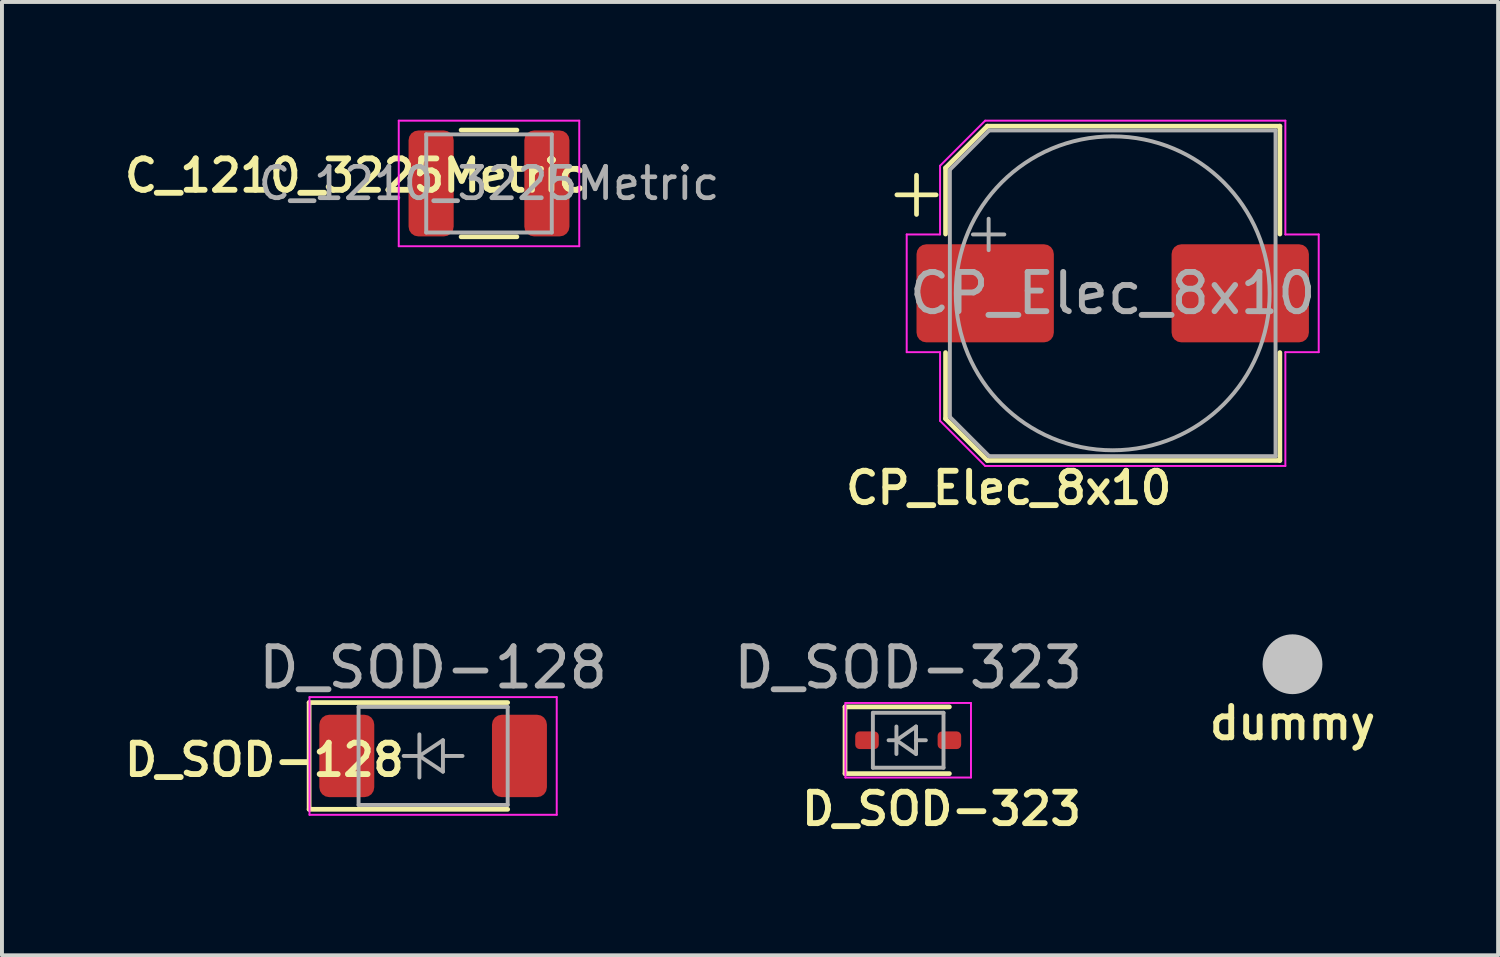
<source format=kicad_pcb>
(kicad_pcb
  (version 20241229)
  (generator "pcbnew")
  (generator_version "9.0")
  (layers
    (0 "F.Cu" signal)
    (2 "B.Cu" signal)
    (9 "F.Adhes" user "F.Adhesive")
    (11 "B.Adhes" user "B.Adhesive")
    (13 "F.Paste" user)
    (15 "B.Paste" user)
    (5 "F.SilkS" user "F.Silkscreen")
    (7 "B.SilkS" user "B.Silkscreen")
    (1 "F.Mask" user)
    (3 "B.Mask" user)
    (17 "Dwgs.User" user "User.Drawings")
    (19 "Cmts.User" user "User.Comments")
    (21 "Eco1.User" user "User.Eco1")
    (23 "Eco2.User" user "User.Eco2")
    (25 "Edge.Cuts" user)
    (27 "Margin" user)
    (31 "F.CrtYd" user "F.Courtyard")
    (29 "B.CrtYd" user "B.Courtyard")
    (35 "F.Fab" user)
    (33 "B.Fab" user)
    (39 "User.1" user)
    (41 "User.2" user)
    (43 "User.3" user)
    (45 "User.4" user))
  (footprint "D_SOD-323"
    (layer "F.Cu")
    (at 20.095 15.815)
    (property "Reference" "D_SOD-323" (at 0.85 1.75 180) (layer "F.SilkS") (effects (font (size 0.8 0.8) (thickness 0.15))))
    (attr smd)
    (fp_line (start -1.61 -0.85) (end -1.61 0.85) (stroke (width 0.12) (type solid)) (layer "F.SilkS"))
    (fp_line (start -1.61 -0.85) (end 1.05 -0.85) (stroke (width 0.12) (type solid)) (layer "F.SilkS"))
    (fp_line (start -1.61 0.85) (end 1.05 0.85) (stroke (width 0.12) (type solid)) (layer "F.SilkS"))
    (fp_line (start -1.6 -0.95) (end -1.6 0.95) (stroke (width 0.05) (type solid)) (layer "F.CrtYd"))
    (fp_line (start -1.6 -0.95) (end 1.6 -0.95) (stroke (width 0.05) (type solid)) (layer "F.CrtYd"))
    (fp_line (start -1.6 0.95) (end 1.6 0.95) (stroke (width 0.05) (type solid)) (layer "F.CrtYd"))
    (fp_line (start 1.6 -0.95) (end 1.6 0.95) (stroke (width 0.05) (type solid)) (layer "F.CrtYd"))
    (fp_line (start -0.9 -0.7) (end 0.9 -0.7) (stroke (width 0.1) (type solid)) (layer "F.Fab"))
    (fp_line (start -0.9 0.7) (end -0.9 -0.7) (stroke (width 0.1) (type solid)) (layer "F.Fab"))
    (fp_line (start -0.3 -0.35) (end -0.3 0.35) (stroke (width 0.1) (type solid)) (layer "F.Fab"))
    (fp_line (start -0.3 0) (end -0.5 0) (stroke (width 0.1) (type solid)) (layer "F.Fab"))
    (fp_line (start -0.3 0) (end 0.2 -0.35) (stroke (width 0.1) (type solid)) (layer "F.Fab"))
    (fp_line (start 0.2 -0.35) (end 0.2 0.35) (stroke (width 0.1) (type solid)) (layer "F.Fab"))
    (fp_line (start 0.2 0) (end 0.45 0) (stroke (width 0.1) (type solid)) (layer "F.Fab"))
    (fp_line (start 0.2 0.35) (end -0.3 0) (stroke (width 0.1) (type solid)) (layer "F.Fab"))
    (fp_line (start 0.9 -0.7) (end 0.9 0.7) (stroke (width 0.1) (type solid)) (layer "F.Fab"))
    (fp_line (start 0.9 0.7) (end -0.9 0.7) (stroke (width 0.1) (type solid)) (layer "F.Fab"))
    (fp_text user "${REFERENCE}" (at 0 -1.85 180) (layer "F.Fab") (effects (font (size 1 1) (thickness 0.15))))
    (pad "1" smd roundrect (at -1.05 0) (size 0.6 0.45) (layers "F.Cu" "F.Mask" "F.Paste") (roundrect_rratio 0.25))
    (pad "2" smd roundrect (at 1.05 0) (size 0.6 0.45) (layers "F.Cu" "F.Mask" "F.Paste") (roundrect_rratio 0.25)))
  (footprint "D_SOD-128"
    (layer "F.Cu")
    (at 7.988 16.215)
    (property "Reference" "D_SOD-128" (at -4.3 0.1 180) (layer "F.SilkS") (effects (font (size 0.8 0.8) (thickness 0.15))))
    (attr smd)
    (fp_line (start -3.16 -1.36) (end -3.16 1.36) (stroke (width 0.12) (type solid)) (layer "F.SilkS"))
    (fp_line (start -3.16 -1.36) (end 1.9 -1.36) (stroke (width 0.12) (type solid)) (layer "F.SilkS"))
    (fp_line (start -3.16 1.36) (end 1.9 1.36) (stroke (width 0.12) (type solid)) (layer "F.SilkS"))
    (fp_line (start -3.15 -1.5) (end -3.15 1.5) (stroke (width 0.05) (type solid)) (layer "F.CrtYd"))
    (fp_line (start -3.15 -1.5) (end 3.15 -1.5) (stroke (width 0.05) (type solid)) (layer "F.CrtYd"))
    (fp_line (start 3.15 -1.5) (end 3.15 1.5) (stroke (width 0.05) (type solid)) (layer "F.CrtYd"))
    (fp_line (start 3.15 1.5) (end -3.15 1.5) (stroke (width 0.05) (type solid)) (layer "F.CrtYd"))
    (fp_line (start -1.9 -1.25) (end 1.9 -1.25) (stroke (width 0.1) (type solid)) (layer "F.Fab"))
    (fp_line (start -1.9 1.25) (end -1.9 -1.25) (stroke (width 0.1) (type solid)) (layer "F.Fab"))
    (fp_line (start -0.75 0) (end -0.35 0) (stroke (width 0.1) (type solid)) (layer "F.Fab"))
    (fp_line (start -0.35 0) (end -0.35 -0.55) (stroke (width 0.1) (type solid)) (layer "F.Fab"))
    (fp_line (start -0.35 0) (end -0.35 0.55) (stroke (width 0.1) (type solid)) (layer "F.Fab"))
    (fp_line (start -0.35 0) (end 0.25 -0.4) (stroke (width 0.1) (type solid)) (layer "F.Fab"))
    (fp_line (start 0.25 -0.4) (end 0.25 0.4) (stroke (width 0.1) (type solid)) (layer "F.Fab"))
    (fp_line (start 0.25 0) (end 0.75 0) (stroke (width 0.1) (type solid)) (layer "F.Fab"))
    (fp_line (start 0.25 0.4) (end -0.35 0) (stroke (width 0.1) (type solid)) (layer "F.Fab"))
    (fp_line (start 1.9 -1.25) (end 1.9 1.25) (stroke (width 0.1) (type solid)) (layer "F.Fab"))
    (fp_line (start 1.9 1.25) (end -1.9 1.25) (stroke (width 0.1) (type solid)) (layer "F.Fab"))
    (fp_text user "${REFERENCE}" (at 0 -2.25 180) (layer "F.Fab") (effects (font (size 1 1) (thickness 0.15))))
    (pad "1" smd roundrect (at -2.2 0) (size 1.4 2.1) (layers "F.Cu" "F.Mask" "F.Paste") (roundrect_rratio 0.179))
    (pad "2" smd roundrect (at 2.2 0) (size 1.4 2.1) (layers "F.Cu" "F.Mask" "F.Paste") (roundrect_rratio 0.179)))
  (footprint "CP_Elec_8x10"
    (layer "F.Cu")
    (at 25.307 4.425)
    (property "Reference" "CP_Elec_8x10" (at -2.65 4.96 180) (layer "F.SilkS") (effects (font (size 0.8 0.8) (thickness 0.15))))
    (attr smd)
    (fp_line (start -5.5 -2.51) (end -4.5 -2.51) (stroke (width 0.12) (type solid)) (layer "F.SilkS"))
    (fp_line (start -5 -3.01) (end -5 -2.01) (stroke (width 0.12) (type solid)) (layer "F.SilkS"))
    (fp_line (start -4.26 -3.196) (end -4.26 -1.51) (stroke (width 0.12) (type solid)) (layer "F.SilkS"))
    (fp_line (start -4.26 -3.196) (end -3.196 -4.26) (stroke (width 0.12) (type solid)) (layer "F.SilkS"))
    (fp_line (start -4.26 3.196) (end -4.26 1.51) (stroke (width 0.12) (type solid)) (layer "F.SilkS"))
    (fp_line (start -4.26 3.196) (end -3.196 4.26) (stroke (width 0.12) (type solid)) (layer "F.SilkS"))
    (fp_line (start -3.196 -4.26) (end 4.26 -4.26) (stroke (width 0.12) (type solid)) (layer "F.SilkS"))
    (fp_line (start -3.196 4.26) (end 4.26 4.26) (stroke (width 0.12) (type solid)) (layer "F.SilkS"))
    (fp_line (start 4.26 -4.26) (end 4.26 -1.51) (stroke (width 0.12) (type solid)) (layer "F.SilkS"))
    (fp_line (start 4.26 4.26) (end 4.26 1.51) (stroke (width 0.12) (type solid)) (layer "F.SilkS"))
    (fp_line (start -5.25 -1.5) (end -5.25 1.5) (stroke (width 0.05) (type solid)) (layer "F.CrtYd"))
    (fp_line (start -5.25 1.5) (end -4.4 1.5) (stroke (width 0.05) (type solid)) (layer "F.CrtYd"))
    (fp_line (start -4.4 -3.25) (end -4.4 -1.5) (stroke (width 0.05) (type solid)) (layer "F.CrtYd"))
    (fp_line (start -4.4 -3.25) (end -3.25 -4.4) (stroke (width 0.05) (type solid)) (layer "F.CrtYd"))
    (fp_line (start -4.4 -1.5) (end -5.25 -1.5) (stroke (width 0.05) (type solid)) (layer "F.CrtYd"))
    (fp_line (start -4.4 1.5) (end -4.4 3.25) (stroke (width 0.05) (type solid)) (layer "F.CrtYd"))
    (fp_line (start -4.4 3.25) (end -3.25 4.4) (stroke (width 0.05) (type solid)) (layer "F.CrtYd"))
    (fp_line (start -3.25 -4.4) (end 4.4 -4.4) (stroke (width 0.05) (type solid)) (layer "F.CrtYd"))
    (fp_line (start -3.25 4.4) (end 4.4 4.4) (stroke (width 0.05) (type solid)) (layer "F.CrtYd"))
    (fp_line (start 4.4 -4.4) (end 4.4 -1.5) (stroke (width 0.05) (type solid)) (layer "F.CrtYd"))
    (fp_line (start 4.4 -1.5) (end 5.25 -1.5) (stroke (width 0.05) (type solid)) (layer "F.CrtYd"))
    (fp_line (start 4.4 1.5) (end 4.4 4.4) (stroke (width 0.05) (type solid)) (layer "F.CrtYd"))
    (fp_line (start 5.25 -1.5) (end 5.25 1.5) (stroke (width 0.05) (type solid)) (layer "F.CrtYd"))
    (fp_line (start 5.25 1.5) (end 4.4 1.5) (stroke (width 0.05) (type solid)) (layer "F.CrtYd"))
    (fp_line (start -4.15 -3.15) (end -4.15 3.15) (stroke (width 0.1) (type solid)) (layer "F.Fab"))
    (fp_line (start -4.15 -3.15) (end -3.15 -4.15) (stroke (width 0.1) (type solid)) (layer "F.Fab"))
    (fp_line (start -4.15 3.15) (end -3.15 4.15) (stroke (width 0.1) (type solid)) (layer "F.Fab"))
    (fp_line (start -3.562 -1.5) (end -2.762 -1.5) (stroke (width 0.1) (type solid)) (layer "F.Fab"))
    (fp_line (start -3.162 -1.9) (end -3.162 -1.1) (stroke (width 0.1) (type solid)) (layer "F.Fab"))
    (fp_line (start -3.15 -4.15) (end 4.15 -4.15) (stroke (width 0.1) (type solid)) (layer "F.Fab"))
    (fp_line (start -3.15 4.15) (end 4.15 4.15) (stroke (width 0.1) (type solid)) (layer "F.Fab"))
    (fp_line (start 4.15 -4.15) (end 4.15 4.15) (stroke (width 0.1) (type solid)) (layer "F.Fab"))
    (fp_circle (center 0 0) (end 4 0) (stroke (width 0.1) (type solid)) (fill no) (layer "F.Fab"))
    (fp_text user "${REFERENCE}" (at 0 0 180) (layer "F.Fab") (effects (font (size 1 1) (thickness 0.15))))
    (pad "1" smd roundrect (at -3.25 0) (size 3.5 2.5) (layers "F.Cu" "F.Mask" "F.Paste") (roundrect_rratio 0.1))
    (pad "2" smd roundrect (at 3.25 0) (size 3.5 2.5) (layers "F.Cu" "F.Mask" "F.Paste") (roundrect_rratio 0.1)))
  (footprint "C_1210_3225Metric"
    (layer "F.Cu")
    (at 9.412 1.625)
    (property "Reference" "C_1210_3225Metric" (at -3.4 -0.2 0) (layer "F.SilkS") (effects (font (size 0.8 0.8) (thickness 0.15))))
    (attr smd)
    (fp_line (start -0.711 -1.36) (end 0.711 -1.36) (stroke (width 0.12) (type solid)) (layer "F.SilkS"))
    (fp_line (start -0.711 1.36) (end 0.711 1.36) (stroke (width 0.12) (type solid)) (layer "F.SilkS"))
    (fp_line (start -2.3 -1.6) (end 2.3 -1.6) (stroke (width 0.05) (type solid)) (layer "F.CrtYd"))
    (fp_line (start -2.3 1.6) (end -2.3 -1.6) (stroke (width 0.05) (type solid)) (layer "F.CrtYd"))
    (fp_line (start 2.3 -1.6) (end 2.3 1.6) (stroke (width 0.05) (type solid)) (layer "F.CrtYd"))
    (fp_line (start 2.3 1.6) (end -2.3 1.6) (stroke (width 0.05) (type solid)) (layer "F.CrtYd"))
    (fp_line (start -1.6 -1.25) (end 1.6 -1.25) (stroke (width 0.1) (type solid)) (layer "F.Fab"))
    (fp_line (start -1.6 1.25) (end -1.6 -1.25) (stroke (width 0.1) (type solid)) (layer "F.Fab"))
    (fp_line (start 1.6 -1.25) (end 1.6 1.25) (stroke (width 0.1) (type solid)) (layer "F.Fab"))
    (fp_line (start 1.6 1.25) (end -1.6 1.25) (stroke (width 0.1) (type solid)) (layer "F.Fab"))
    (fp_text user "${REFERENCE}" (at 0 0 0) (layer "F.Fab") (effects (font (size 0.8 0.8) (thickness 0.12))))
    (pad "1" smd roundrect (at -1.475 0) (size 1.15 2.7) (layers "F.Cu" "F.Mask" "F.Paste") (roundrect_rratio 0.217))
    (pad "2" smd roundrect (at 1.475 0) (size 1.15 2.7) (layers "F.Cu" "F.Mask" "F.Paste") (roundrect_rratio 0.217)))
  (footprint "dummy"
    (layer "F.Cu")
    (at 29.889 13.878)
    (property "Reference" "dummy" (at 0 1.5 0) (layer "F.SilkS") (effects (font (size 0.8 0.8) (thickness 0.15))))
    (attr through_hole)
    (fp_circle (center 0 0) (end 0.5 0) (stroke (width 0.12) (type solid)) (fill no) (layer "Eco1.User"))
    (pad "" smd circle (at 0 0) (size 1.524 1.524) (layers "Dwgs.User")))
  (gr_rect
    (start -3 -3)
    (end 35.129 21.296)
    (stroke (width 0.1) (type default))
    (fill no)
    (layer "Edge.Cuts")))
</source>
